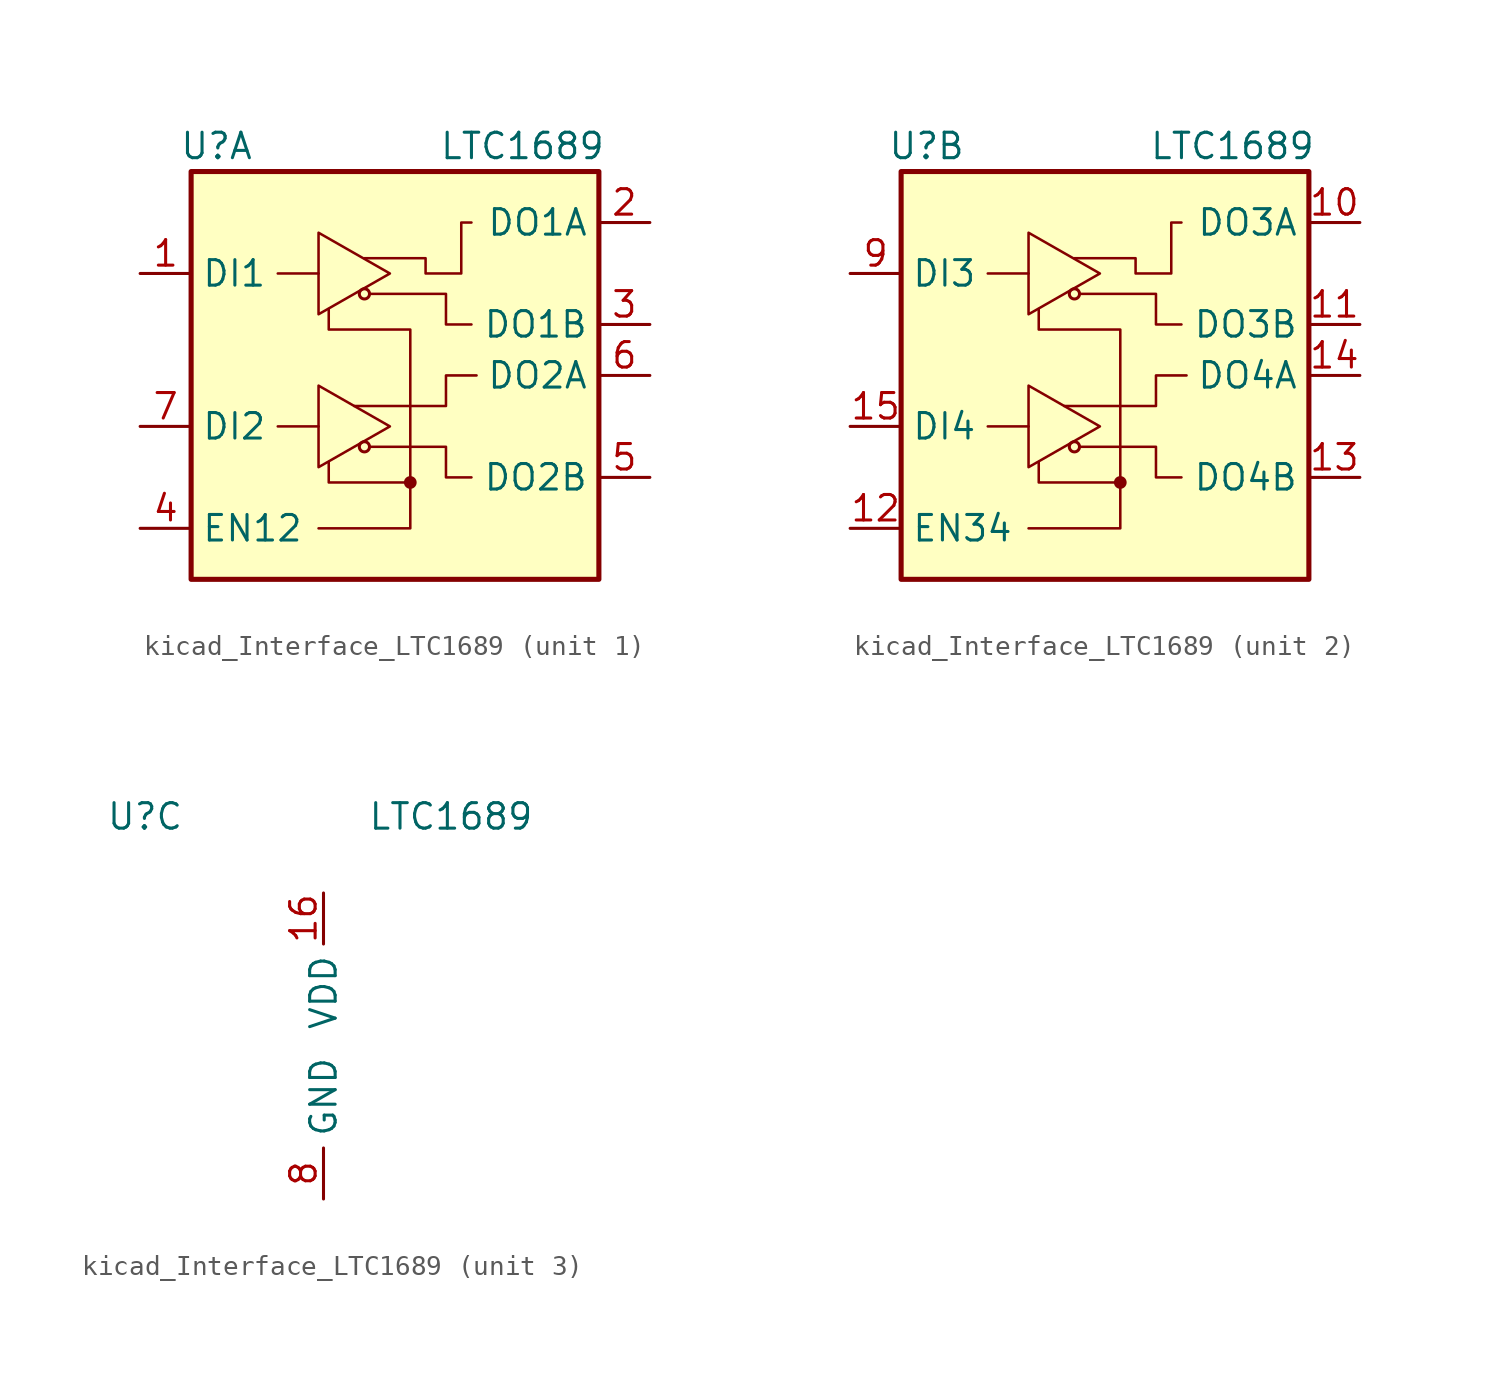
<source format=kicad_sym>
(kicad_symbol_lib
  (version 20220914)
  (generator kicad_symbol_editor)
  (symbol "kicad_Interface_LTC1689"
    (property "Reference" "U"
      (at -8.89 11.43 0)
      (effects (font (size 1.27 1.27))))
    (property "Value" "LTC1689"
      (at 6.35 11.43 0)
      (effects (font (size 1.27 1.27))))
    (property "ki_locked" ""
      (at 0 0 0)
      (effects (font (size 1.27 1.27))))
    (symbol "kicad_Interface_LTC1689_1_1"
      (rectangle (start -10.16 10.16) (end 10.16 -10.16) (stroke (width 0.254) (type default)) (fill (type background)))
      (circle (center -1.524 -3.556) (radius 0.254) (stroke (width 0) (type default)) (fill (type none)))
      (circle (center -1.524 4.064) (radius 0.254) (stroke (width 0) (type default)) (fill (type none)))
      (polyline (pts (xy -5.842 -2.54) (xy -3.81 -2.54)) (stroke (width 0.127) (type default)) (fill (type none)))
      (polyline (pts (xy -5.842 5.08) (xy -3.81 5.08)) (stroke (width 0.127) (type default)) (fill (type none)))
      (polyline (pts (xy 0.762 -5.334) (xy -3.302 -5.334) (xy -3.302 -4.318)) (stroke (width 0.127) (type default)) (fill (type none)))
      (polyline (pts (xy -3.81 -0.508) (xy -3.81 -4.572) (xy -0.254 -2.54) (xy -3.81 -0.508)) (stroke (width 0.127) (type default)) (fill (type none)))
      (polyline (pts (xy -3.81 7.112) (xy -3.81 3.048) (xy -0.254 5.08) (xy -3.81 7.112)) (stroke (width 0.127) (type default)) (fill (type none)))
      (polyline (pts (xy -2.032 -1.524) (xy 2.54 -1.524) (xy 2.54 0) (xy 4.064 0)) (stroke (width 0.127) (type default)) (fill (type none)))
      (polyline (pts (xy -1.27 -3.556) (xy 2.54 -3.556) (xy 2.54 -5.08) (xy 3.81 -5.08)) (stroke (width 0.127) (type default)) (fill (type none)))
      (polyline (pts (xy -1.27 4.064) (xy 2.54 4.064) (xy 2.54 2.54) (xy 3.81 2.54)) (stroke (width 0.127) (type default)) (fill (type none)))
      (polyline (pts (xy -3.81 -7.62) (xy 0.762 -7.62) (xy 0.762 2.286) (xy -3.302 2.286) (xy -3.302 3.302)) (stroke (width 0.127) (type default)) (fill (type none)))
      (polyline (pts (xy -1.524 5.842) (xy 1.524 5.842) (xy 1.524 5.08) (xy 3.302 5.08) (xy 3.302 7.62) (xy 3.81 7.62)) (stroke (width 0.127) (type default)) (fill (type none)))
      (circle (center 0.762 -5.334) (radius 0.254) (stroke (width 0.127) (type default)) (fill (type outline)))
      (pin input line (at -12.7 5.08 0) (length 2.54) (name "DI1" (effects (font (size 1.27 1.27)))) (number "1" (effects (font (size 1.27 1.27)))))
      (pin output line (at 12.7 7.62 180) (length 2.54) (name "DO1A" (effects (font (size 1.27 1.27)))) (number "2" (effects (font (size 1.27 1.27)))))
      (pin output line (at 12.7 2.54 180) (length 2.54) (name "DO1B" (effects (font (size 1.27 1.27)))) (number "3" (effects (font (size 1.27 1.27)))))
      (pin input line (at -12.7 -7.62 0) (length 2.54) (name "EN12" (effects (font (size 1.27 1.27)))) (number "4" (effects (font (size 1.27 1.27)))))
      (pin output line (at 12.7 -5.08 180) (length 2.54) (name "DO2B" (effects (font (size 1.27 1.27)))) (number "5" (effects (font (size 1.27 1.27)))))
      (pin output line (at 12.7 0 180) (length 2.54) (name "DO2A" (effects (font (size 1.27 1.27)))) (number "6" (effects (font (size 1.27 1.27)))))
      (pin input line (at -12.7 -2.54 0) (length 2.54) (name "DI2" (effects (font (size 1.27 1.27)))) (number "7" (effects (font (size 1.27 1.27))))))
    (symbol "kicad_Interface_LTC1689_2_1"
      (rectangle (start -10.16 10.16) (end 10.16 -10.16) (stroke (width 0.254) (type default)) (fill (type background)))
      (circle (center -1.524 -3.556) (radius 0.254) (stroke (width 0) (type default)) (fill (type none)))
      (circle (center -1.524 4.064) (radius 0.254) (stroke (width 0) (type default)) (fill (type none)))
      (polyline (pts (xy -5.842 -2.54) (xy -3.81 -2.54)) (stroke (width 0.127) (type default)) (fill (type none)))
      (polyline (pts (xy -5.842 5.08) (xy -3.81 5.08)) (stroke (width 0.127) (type default)) (fill (type none)))
      (polyline (pts (xy 0.762 -5.334) (xy -3.302 -5.334) (xy -3.302 -4.318)) (stroke (width 0.127) (type default)) (fill (type none)))
      (polyline (pts (xy -3.81 -0.508) (xy -3.81 -4.572) (xy -0.254 -2.54) (xy -3.81 -0.508)) (stroke (width 0.127) (type default)) (fill (type none)))
      (polyline (pts (xy -3.81 7.112) (xy -3.81 3.048) (xy -0.254 5.08) (xy -3.81 7.112)) (stroke (width 0.127) (type default)) (fill (type none)))
      (polyline (pts (xy -2.032 -1.524) (xy 2.54 -1.524) (xy 2.54 0) (xy 4.064 0)) (stroke (width 0.127) (type default)) (fill (type none)))
      (polyline (pts (xy -1.27 -3.556) (xy 2.54 -3.556) (xy 2.54 -5.08) (xy 3.81 -5.08)) (stroke (width 0.127) (type default)) (fill (type none)))
      (polyline (pts (xy -1.27 4.064) (xy 2.54 4.064) (xy 2.54 2.54) (xy 3.81 2.54)) (stroke (width 0.127) (type default)) (fill (type none)))
      (polyline (pts (xy -3.81 -7.62) (xy 0.762 -7.62) (xy 0.762 2.286) (xy -3.302 2.286) (xy -3.302 3.302)) (stroke (width 0.127) (type default)) (fill (type none)))
      (polyline (pts (xy -1.524 5.842) (xy 1.524 5.842) (xy 1.524 5.08) (xy 3.302 5.08) (xy 3.302 7.62) (xy 3.81 7.62)) (stroke (width 0.127) (type default)) (fill (type none)))
      (circle (center 0.762 -5.334) (radius 0.254) (stroke (width 0.127) (type default)) (fill (type outline)))
      (pin output line (at 12.7 7.62 180) (length 2.54) (name "DO3A" (effects (font (size 1.27 1.27)))) (number "10" (effects (font (size 1.27 1.27)))))
      (pin output line (at 12.7 2.54 180) (length 2.54) (name "DO3B" (effects (font (size 1.27 1.27)))) (number "11" (effects (font (size 1.27 1.27)))))
      (pin input line (at -12.7 -7.62 0) (length 2.54) (name "EN34" (effects (font (size 1.27 1.27)))) (number "12" (effects (font (size 1.27 1.27)))))
      (pin output line (at 12.7 -5.08 180) (length 2.54) (name "DO4B" (effects (font (size 1.27 1.27)))) (number "13" (effects (font (size 1.27 1.27)))))
      (pin output line (at 12.7 0 180) (length 2.54) (name "DO4A" (effects (font (size 1.27 1.27)))) (number "14" (effects (font (size 1.27 1.27)))))
      (pin input line (at -12.7 -2.54 0) (length 2.54) (name "DI4" (effects (font (size 1.27 1.27)))) (number "15" (effects (font (size 1.27 1.27)))))
      (pin input line (at -12.7 5.08 0) (length 2.54) (name "DI3" (effects (font (size 1.27 1.27)))) (number "9" (effects (font (size 1.27 1.27))))))
    (symbol "kicad_Interface_LTC1689_3_1"
      (pin power_in line (at 0 7.62 270) (length 2.54) (name "VDD" (effects (font (size 1.27 1.27)))) (number "16" (effects (font (size 1.27 1.27)))))
      (pin power_in line (at 0 -7.62 90) (length 2.54) (name "GND" (effects (font (size 1.27 1.27)))) (number "8" (effects (font (size 1.27 1.27))))))))
</source>
